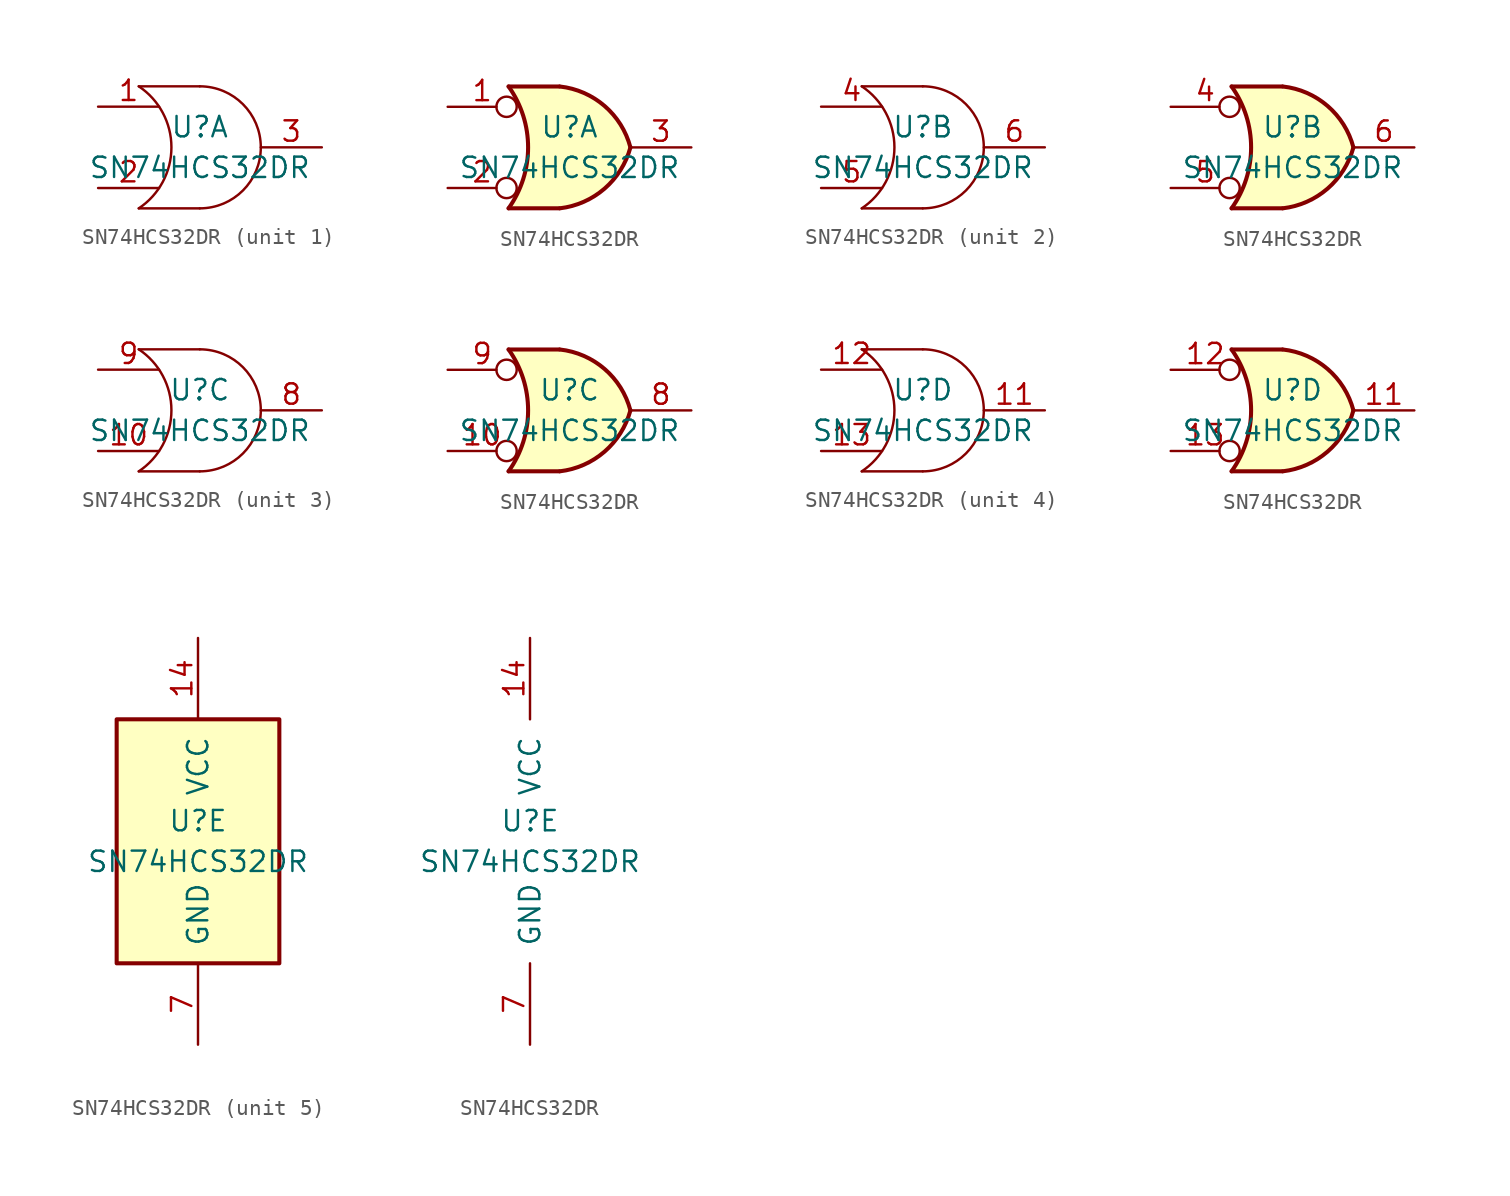
<source format=kicad_sym>
(kicad_symbol_lib
  (version 20231120)
  (generator "kicad_symbol_editor")
  (generator_version "8.0")
  (symbol "SN74HCS32DR"
    (pin_names
      (offset 1.016))
    (property "Reference" "U"
      (at 0 1.27 0)
      (effects (font (size 1.27 1.27))))
    (property "Value" "SN74HCS32DR"
      (at 0 -1.27 0)
      (effects (font (size 1.27 1.27))))
    (property "ki_locked" ""
      (at 0 0 0)
      (effects (font (size 1.27 1.27))))
    (symbol "SN74HCS32DR_1_1"
      (arc (start -3.81 -3.81) (mid -1.7709 0) (end -3.81 3.81) (stroke (width 0) (type default)) (fill (type none)))
      (arc (start 0 -3.81) (mid 3.81 0) (end 0 3.81) (stroke (width 0) (type default)) (fill (type none)))
      (polyline (pts (xy 0 -3.81) (xy -3.81 -3.81)) (stroke (width 0) (type default)) (fill (type none)))
      (polyline (pts (xy 0 3.81) (xy -3.81 3.81)) (stroke (width 0) (type default)) (fill (type none)))
      (pin input line (at -6.35 2.54 0) (length 3.81) (name "~" (effects (font (size 1.27 1.27)))) (number "1" (effects (font (size 1.27 1.27)))))
      (pin input line (at -6.35 -2.54 0) (length 3.81) (name "~" (effects (font (size 1.27 1.27)))) (number "2" (effects (font (size 1.27 1.27)))))
      (pin output line (at 7.62 0 180) (length 3.81) (name "~" (effects (font (size 1.27 1.27)))) (number "3" (effects (font (size 1.27 1.27))))))
    (symbol "SN74HCS32DR_1_2"
      (arc (start -3.81 -3.81) (mid -2.589 0) (end -3.81 3.81) (stroke (width 0.254) (type default)) (fill (type none)))
      (arc (start -0.6096 -3.81) (mid 2.1842 -2.5851) (end 3.81 0) (stroke (width 0.254) (type default)) (fill (type background)))
      (polyline (pts (xy -3.81 -3.81) (xy -0.635 -3.81)) (stroke (width 0.254) (type default)) (fill (type background)))
      (polyline (pts (xy -3.81 3.81) (xy -0.635 3.81)) (stroke (width 0.254) (type default)) (fill (type background)))
      (polyline (pts (xy -0.635 3.81) (xy -3.81 3.81) (xy -3.81 3.81) (xy -3.556 3.404) (xy -3.023 2.261) (xy -2.692 1.041) (xy -2.616 -0.254) (xy -2.769 -1.499) (xy -3.175 -2.718) (xy -3.81 -3.81) (xy -3.81 -3.81) (xy -0.635 -3.81)) (stroke (width -25.4) (type default)) (fill (type background)))
      (arc (start 3.81 0) (mid 2.1915 2.5936) (end -0.6096 3.81) (stroke (width 0.254) (type default)) (fill (type background)))
      (pin input inverted (at -7.62 2.54 0) (length 4.318) (name "~" (effects (font (size 1.27 1.27)))) (number "1" (effects (font (size 1.27 1.27)))))
      (pin input inverted (at -7.62 -2.54 0) (length 4.318) (name "~" (effects (font (size 1.27 1.27)))) (number "2" (effects (font (size 1.27 1.27)))))
      (pin output line (at 7.62 0 180) (length 3.81) (name "~" (effects (font (size 1.27 1.27)))) (number "3" (effects (font (size 1.27 1.27))))))
    (symbol "SN74HCS32DR_2_1"
      (arc (start -3.81 -3.81) (mid -1.7709 0) (end -3.81 3.81) (stroke (width 0) (type default)) (fill (type none)))
      (arc (start 0 -3.81) (mid 3.81 0) (end 0 3.81) (stroke (width 0) (type default)) (fill (type none)))
      (polyline (pts (xy -3.81 -3.81) (xy 0 -3.81)) (stroke (width 0) (type default)) (fill (type none)))
      (polyline (pts (xy -3.81 3.81) (xy 0 3.81)) (stroke (width 0) (type default)) (fill (type none)))
      (pin input line (at -6.35 2.54 0) (length 3.81) (name "~" (effects (font (size 1.27 1.27)))) (number "4" (effects (font (size 1.27 1.27)))))
      (pin input line (at -6.35 -2.54 0) (length 3.81) (name "~" (effects (font (size 1.27 1.27)))) (number "5" (effects (font (size 1.27 1.27)))))
      (pin output line (at 7.62 0 180) (length 3.81) (name "~" (effects (font (size 1.27 1.27)))) (number "6" (effects (font (size 1.27 1.27))))))
    (symbol "SN74HCS32DR_2_2"
      (arc (start -3.81 -3.81) (mid -2.589 0) (end -3.81 3.81) (stroke (width 0.254) (type default)) (fill (type none)))
      (arc (start -0.6096 -3.81) (mid 2.1842 -2.5851) (end 3.81 0) (stroke (width 0.254) (type default)) (fill (type background)))
      (polyline (pts (xy -3.81 -3.81) (xy -0.635 -3.81)) (stroke (width 0.254) (type default)) (fill (type background)))
      (polyline (pts (xy -3.81 3.81) (xy -0.635 3.81)) (stroke (width 0.254) (type default)) (fill (type background)))
      (polyline (pts (xy -0.635 3.81) (xy -3.81 3.81) (xy -3.81 3.81) (xy -3.556 3.404) (xy -3.023 2.261) (xy -2.692 1.041) (xy -2.616 -0.254) (xy -2.769 -1.499) (xy -3.175 -2.718) (xy -3.81 -3.81) (xy -3.81 -3.81) (xy -0.635 -3.81)) (stroke (width -25.4) (type default)) (fill (type background)))
      (arc (start 3.81 0) (mid 2.1915 2.5936) (end -0.6096 3.81) (stroke (width 0.254) (type default)) (fill (type background)))
      (pin input inverted (at -7.62 2.54 0) (length 4.318) (name "~" (effects (font (size 1.27 1.27)))) (number "4" (effects (font (size 1.27 1.27)))))
      (pin input inverted (at -7.62 -2.54 0) (length 4.318) (name "~" (effects (font (size 1.27 1.27)))) (number "5" (effects (font (size 1.27 1.27)))))
      (pin output line (at 7.62 0 180) (length 3.81) (name "~" (effects (font (size 1.27 1.27)))) (number "6" (effects (font (size 1.27 1.27))))))
    (symbol "SN74HCS32DR_3_1"
      (arc (start -3.8101 -3.81) (mid -1.771 0) (end -3.8101 3.81) (stroke (width 0) (type default)) (fill (type none)))
      (arc (start -0.0001 -3.81) (mid 3.8099 0) (end -0.0001 3.81) (stroke (width 0) (type default)) (fill (type none)))
      (polyline (pts (xy -3.81 -3.81) (xy -0.0001 -3.81)) (stroke (width 0) (type default)) (fill (type none)))
      (polyline (pts (xy -3.81 3.81) (xy -0.0001 3.81)) (stroke (width 0) (type default)) (fill (type none)))
      (pin input line (at -6.35 -2.54 0) (length 3.81) (name "~" (effects (font (size 1.27 1.27)))) (number "10" (effects (font (size 1.27 1.27)))))
      (pin output line (at 7.62 0 180) (length 3.81) (name "~" (effects (font (size 1.27 1.27)))) (number "8" (effects (font (size 1.27 1.27)))))
      (pin input line (at -6.35 2.54 0) (length 3.81) (name "~" (effects (font (size 1.27 1.27)))) (number "9" (effects (font (size 1.27 1.27))))))
    (symbol "SN74HCS32DR_3_2"
      (arc (start -3.81 -3.81) (mid -2.589 0) (end -3.81 3.81) (stroke (width 0.254) (type default)) (fill (type none)))
      (arc (start -0.6096 -3.81) (mid 2.1842 -2.5851) (end 3.81 0) (stroke (width 0.254) (type default)) (fill (type background)))
      (polyline (pts (xy -3.81 -3.81) (xy -0.635 -3.81)) (stroke (width 0.254) (type default)) (fill (type background)))
      (polyline (pts (xy -3.81 3.81) (xy -0.635 3.81)) (stroke (width 0.254) (type default)) (fill (type background)))
      (polyline (pts (xy -0.635 3.81) (xy -3.81 3.81) (xy -3.81 3.81) (xy -3.556 3.404) (xy -3.023 2.261) (xy -2.692 1.041) (xy -2.616 -0.254) (xy -2.769 -1.499) (xy -3.175 -2.718) (xy -3.81 -3.81) (xy -3.81 -3.81) (xy -0.635 -3.81)) (stroke (width -25.4) (type default)) (fill (type background)))
      (arc (start 3.81 0) (mid 2.1915 2.5936) (end -0.6096 3.81) (stroke (width 0.254) (type default)) (fill (type background)))
      (pin input inverted (at -7.62 -2.54 0) (length 4.318) (name "~" (effects (font (size 1.27 1.27)))) (number "10" (effects (font (size 1.27 1.27)))))
      (pin output line (at 7.62 0 180) (length 3.81) (name "~" (effects (font (size 1.27 1.27)))) (number "8" (effects (font (size 1.27 1.27)))))
      (pin input inverted (at -7.62 2.54 0) (length 4.318) (name "~" (effects (font (size 1.27 1.27)))) (number "9" (effects (font (size 1.27 1.27))))))
    (symbol "SN74HCS32DR_4_1"
      (arc (start -3.8101 -3.81) (mid -1.771 0) (end -3.8101 3.81) (stroke (width 0) (type default)) (fill (type none)))
      (arc (start -0.0001 -3.81) (mid 3.8099 0) (end -0.0001 3.81) (stroke (width 0) (type default)) (fill (type none)))
      (polyline (pts (xy -3.81 -3.81) (xy -0.0001 -3.81)) (stroke (width 0) (type default)) (fill (type none)))
      (polyline (pts (xy -3.81 3.81) (xy -0.0001 3.81)) (stroke (width 0) (type default)) (fill (type none)))
      (pin output line (at 7.62 0 180) (length 3.81) (name "~" (effects (font (size 1.27 1.27)))) (number "11" (effects (font (size 1.27 1.27)))))
      (pin input line (at -6.35 2.54 0) (length 3.81) (name "~" (effects (font (size 1.27 1.27)))) (number "12" (effects (font (size 1.27 1.27)))))
      (pin input line (at -6.35 -2.54 0) (length 3.81) (name "~" (effects (font (size 1.27 1.27)))) (number "13" (effects (font (size 1.27 1.27))))))
    (symbol "SN74HCS32DR_4_2"
      (arc (start -3.81 -3.81) (mid -2.589 0) (end -3.81 3.81) (stroke (width 0.254) (type default)) (fill (type none)))
      (arc (start -0.6096 -3.81) (mid 2.1842 -2.5851) (end 3.81 0) (stroke (width 0.254) (type default)) (fill (type background)))
      (polyline (pts (xy -3.81 -3.81) (xy -0.635 -3.81)) (stroke (width 0.254) (type default)) (fill (type background)))
      (polyline (pts (xy -3.81 3.81) (xy -0.635 3.81)) (stroke (width 0.254) (type default)) (fill (type background)))
      (polyline (pts (xy -0.635 3.81) (xy -3.81 3.81) (xy -3.81 3.81) (xy -3.556 3.404) (xy -3.023 2.261) (xy -2.692 1.041) (xy -2.616 -0.254) (xy -2.769 -1.499) (xy -3.175 -2.718) (xy -3.81 -3.81) (xy -3.81 -3.81) (xy -0.635 -3.81)) (stroke (width -25.4) (type default)) (fill (type background)))
      (arc (start 3.81 0) (mid 2.1915 2.5936) (end -0.6096 3.81) (stroke (width 0.254) (type default)) (fill (type background)))
      (pin output line (at 7.62 0 180) (length 3.81) (name "~" (effects (font (size 1.27 1.27)))) (number "11" (effects (font (size 1.27 1.27)))))
      (pin input inverted (at -7.62 2.54 0) (length 4.318) (name "~" (effects (font (size 1.27 1.27)))) (number "12" (effects (font (size 1.27 1.27)))))
      (pin input inverted (at -7.62 -2.54 0) (length 4.318) (name "~" (effects (font (size 1.27 1.27)))) (number "13" (effects (font (size 1.27 1.27))))))
    (symbol "SN74HCS32DR_5_0"
      (pin power_in line (at 0 12.7 270) (length 5.08) (name "VCC" (effects (font (size 1.27 1.27)))) (number "14" (effects (font (size 1.27 1.27)))))
      (pin power_in line (at 0 -12.7 90) (length 5.08) (name "GND" (effects (font (size 1.27 1.27)))) (number "7" (effects (font (size 1.27 1.27))))))
    (symbol "SN74HCS32DR_5_1"
      (rectangle (start -5.08 7.62) (end 5.08 -7.62) (stroke (width 0.254) (type default)) (fill (type background))))))
</source>
